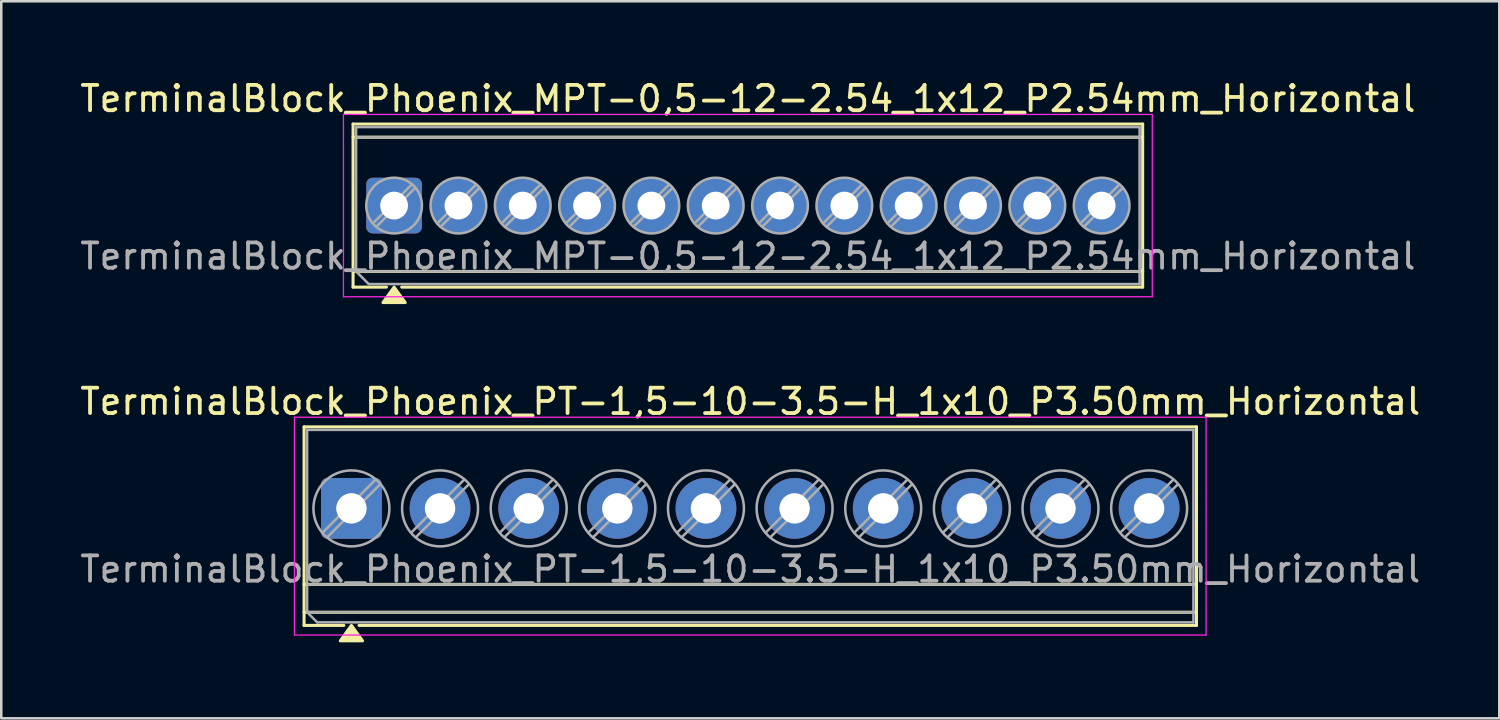
<source format=kicad_pcb>
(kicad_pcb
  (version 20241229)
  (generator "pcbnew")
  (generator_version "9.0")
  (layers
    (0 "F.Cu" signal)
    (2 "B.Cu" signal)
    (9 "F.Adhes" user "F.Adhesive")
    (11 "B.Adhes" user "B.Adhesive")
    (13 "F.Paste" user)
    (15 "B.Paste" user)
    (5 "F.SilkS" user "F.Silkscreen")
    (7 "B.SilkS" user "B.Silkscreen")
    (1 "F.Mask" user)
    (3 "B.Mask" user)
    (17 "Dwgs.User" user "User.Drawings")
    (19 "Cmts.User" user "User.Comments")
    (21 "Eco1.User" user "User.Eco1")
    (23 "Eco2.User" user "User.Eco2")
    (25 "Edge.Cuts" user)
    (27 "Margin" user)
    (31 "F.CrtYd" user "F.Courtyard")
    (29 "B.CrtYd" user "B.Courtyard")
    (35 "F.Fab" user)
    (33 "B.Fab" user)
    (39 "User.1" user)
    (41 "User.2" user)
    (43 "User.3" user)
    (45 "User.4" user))
  (footprint "TerminalBlock_Phoenix_PT-1,5-10-3.5-H_1x10_P3.50mm_Horizontal"
    (layer "F.Cu")
    (at 10.827 17.026)
    (property "Reference" "TerminalBlock_Phoenix_PT-1,5-10-3.5-H_1x10_P3.50mm_Horizontal" (at 15.75 -4.22 0) (layer "F.SilkS") (effects (font (size 1 1) (thickness 0.15))))
    (attr through_hole)
    (fp_line (start -1.87 -3.22) (end -1.87 4.62) (stroke (width 0.12) (type solid)) (layer "F.SilkS"))
    (fp_line (start -1.87 -3.22) (end 33.37 -3.22) (stroke (width 0.12) (type solid)) (layer "F.SilkS"))
    (fp_line (start -1.87 3) (end 33.37 3) (stroke (width 0.12) (type solid)) (layer "F.SilkS"))
    (fp_line (start -1.87 4.1) (end 33.37 4.1) (stroke (width 0.12) (type solid)) (layer "F.SilkS"))
    (fp_line (start -1.87 4.62) (end -0.3 4.62) (stroke (width 0.12) (type solid)) (layer "F.SilkS"))
    (fp_line (start 0.3 4.62) (end 33.37 4.62) (stroke (width 0.12) (type solid)) (layer "F.SilkS"))
    (fp_line (start 33.37 -3.22) (end 33.37 4.62) (stroke (width 0.12) (type solid)) (layer "F.SilkS"))
    (fp_poly (pts (xy 0 4.62) (xy 0.44 5.23) (xy -0.44 5.23)) (stroke (width 0.12) (type solid)) (fill yes) (layer "F.SilkS"))
    (fp_line (start -2.25 -3.6) (end -2.25 5) (stroke (width 0.05) (type solid)) (layer "F.CrtYd"))
    (fp_line (start -2.25 5) (end 33.75 5) (stroke (width 0.05) (type solid)) (layer "F.CrtYd"))
    (fp_line (start 33.75 -3.6) (end -2.25 -3.6) (stroke (width 0.05) (type solid)) (layer "F.CrtYd"))
    (fp_line (start 33.75 5) (end 33.75 -3.6) (stroke (width 0.05) (type solid)) (layer "F.CrtYd"))
    (fp_line (start -1.75 -3.1) (end 33.25 -3.1) (stroke (width 0.1) (type solid)) (layer "F.Fab"))
    (fp_line (start -1.75 3) (end 33.25 3) (stroke (width 0.1) (type solid)) (layer "F.Fab"))
    (fp_line (start -1.75 4.1) (end -1.75 -3.1) (stroke (width 0.1) (type solid)) (layer "F.Fab"))
    (fp_line (start -1.75 4.1) (end 33.25 4.1) (stroke (width 0.1) (type solid)) (layer "F.Fab"))
    (fp_line (start -1.35 4.5) (end -1.75 4.1) (stroke (width 0.1) (type solid)) (layer "F.Fab"))
    (fp_line (start 0.955 -1.138) (end -1.138 0.955) (stroke (width 0.1) (type solid)) (layer "F.Fab"))
    (fp_line (start 1.138 -0.955) (end -0.955 1.138) (stroke (width 0.1) (type solid)) (layer "F.Fab"))
    (fp_line (start 4.455 -1.138) (end 2.362 0.955) (stroke (width 0.1) (type solid)) (layer "F.Fab"))
    (fp_line (start 4.638 -0.955) (end 2.545 1.138) (stroke (width 0.1) (type solid)) (layer "F.Fab"))
    (fp_line (start 7.955 -1.138) (end 5.862 0.955) (stroke (width 0.1) (type solid)) (layer "F.Fab"))
    (fp_line (start 8.138 -0.955) (end 6.045 1.138) (stroke (width 0.1) (type solid)) (layer "F.Fab"))
    (fp_line (start 11.455 -1.138) (end 9.362 0.955) (stroke (width 0.1) (type solid)) (layer "F.Fab"))
    (fp_line (start 11.638 -0.955) (end 9.545 1.138) (stroke (width 0.1) (type solid)) (layer "F.Fab"))
    (fp_line (start 14.955 -1.138) (end 12.862 0.955) (stroke (width 0.1) (type solid)) (layer "F.Fab"))
    (fp_line (start 15.138 -0.955) (end 13.045 1.138) (stroke (width 0.1) (type solid)) (layer "F.Fab"))
    (fp_line (start 18.455 -1.138) (end 16.362 0.955) (stroke (width 0.1) (type solid)) (layer "F.Fab"))
    (fp_line (start 18.638 -0.955) (end 16.545 1.138) (stroke (width 0.1) (type solid)) (layer "F.Fab"))
    (fp_line (start 21.955 -1.138) (end 19.862 0.955) (stroke (width 0.1) (type solid)) (layer "F.Fab"))
    (fp_line (start 22.138 -0.955) (end 20.045 1.138) (stroke (width 0.1) (type solid)) (layer "F.Fab"))
    (fp_line (start 25.455 -1.138) (end 23.362 0.955) (stroke (width 0.1) (type solid)) (layer "F.Fab"))
    (fp_line (start 25.638 -0.955) (end 23.545 1.138) (stroke (width 0.1) (type solid)) (layer "F.Fab"))
    (fp_line (start 28.955 -1.138) (end 26.862 0.955) (stroke (width 0.1) (type solid)) (layer "F.Fab"))
    (fp_line (start 29.138 -0.955) (end 27.045 1.138) (stroke (width 0.1) (type solid)) (layer "F.Fab"))
    (fp_line (start 32.455 -1.138) (end 30.362 0.955) (stroke (width 0.1) (type solid)) (layer "F.Fab"))
    (fp_line (start 32.638 -0.955) (end 30.545 1.138) (stroke (width 0.1) (type solid)) (layer "F.Fab"))
    (fp_line (start 33.25 -3.1) (end 33.25 4.5) (stroke (width 0.1) (type solid)) (layer "F.Fab"))
    (fp_line (start 33.25 4.5) (end -1.35 4.5) (stroke (width 0.1) (type solid)) (layer "F.Fab"))
    (fp_circle (center 0 0) (end 1.5 0) (stroke (width 0.1) (type solid)) (fill no) (layer "F.Fab"))
    (fp_circle (center 3.5 0) (end 5 0) (stroke (width 0.1) (type solid)) (fill no) (layer "F.Fab"))
    (fp_circle (center 7 0) (end 8.5 0) (stroke (width 0.1) (type solid)) (fill no) (layer "F.Fab"))
    (fp_circle (center 10.5 0) (end 12 0) (stroke (width 0.1) (type solid)) (fill no) (layer "F.Fab"))
    (fp_circle (center 14 0) (end 15.5 0) (stroke (width 0.1) (type solid)) (fill no) (layer "F.Fab"))
    (fp_circle (center 17.5 0) (end 19 0) (stroke (width 0.1) (type solid)) (fill no) (layer "F.Fab"))
    (fp_circle (center 21 0) (end 22.5 0) (stroke (width 0.1) (type solid)) (fill no) (layer "F.Fab"))
    (fp_circle (center 24.5 0) (end 26 0) (stroke (width 0.1) (type solid)) (fill no) (layer "F.Fab"))
    (fp_circle (center 28 0) (end 29.5 0) (stroke (width 0.1) (type solid)) (fill no) (layer "F.Fab"))
    (fp_circle (center 31.5 0) (end 33 0) (stroke (width 0.1) (type solid)) (fill no) (layer "F.Fab"))
    (fp_text user "${REFERENCE}" (at 15.75 2.4 0) (layer "F.Fab") (effects (font (size 1 1) (thickness 0.15))))
    (pad "1" thru_hole roundrect (at 0 0) (size 2.4 2.4) (drill 1.2) (layers "*.Cu" "*.Mask") (roundrect_rratio 0.104))
    (pad "2" thru_hole circle (at 3.5 0) (size 2.4 2.4) (drill 1.2) (layers "*.Cu" "*.Mask"))
    (pad "3" thru_hole circle (at 7 0) (size 2.4 2.4) (drill 1.2) (layers "*.Cu" "*.Mask"))
    (pad "4" thru_hole circle (at 10.5 0) (size 2.4 2.4) (drill 1.2) (layers "*.Cu" "*.Mask"))
    (pad "5" thru_hole circle (at 14 0) (size 2.4 2.4) (drill 1.2) (layers "*.Cu" "*.Mask"))
    (pad "6" thru_hole circle (at 17.5 0) (size 2.4 2.4) (drill 1.2) (layers "*.Cu" "*.Mask"))
    (pad "7" thru_hole circle (at 21 0) (size 2.4 2.4) (drill 1.2) (layers "*.Cu" "*.Mask"))
    (pad "8" thru_hole circle (at 24.5 0) (size 2.4 2.4) (drill 1.2) (layers "*.Cu" "*.Mask"))
    (pad "9" thru_hole circle (at 28 0) (size 2.4 2.4) (drill 1.2) (layers "*.Cu" "*.Mask"))
    (pad "10" thru_hole circle (at 31.5 0) (size 2.4 2.4) (drill 1.2) (layers "*.Cu" "*.Mask")))
  (footprint "TerminalBlock_Phoenix_MPT-0,5-12-2.54_1x12_P2.54mm_Horizontal"
    (layer "F.Cu")
    (at 12.512 5.068)
    (property "Reference" "TerminalBlock_Phoenix_MPT-0,5-12-2.54_1x12_P2.54mm_Horizontal" (at 13.97 -4.22 0) (layer "F.SilkS") (effects (font (size 1 1) (thickness 0.15))))
    (attr through_hole)
    (fp_line (start -1.62 -3.22) (end -1.62 3.22) (stroke (width 0.12) (type solid)) (layer "F.SilkS"))
    (fp_line (start -1.62 -3.22) (end 29.56 -3.22) (stroke (width 0.12) (type solid)) (layer "F.SilkS"))
    (fp_line (start -1.62 -2.7) (end 29.56 -2.7) (stroke (width 0.12) (type solid)) (layer "F.SilkS"))
    (fp_line (start -1.62 2.6) (end 29.56 2.6) (stroke (width 0.12) (type solid)) (layer "F.SilkS"))
    (fp_line (start -1.62 3.22) (end -0.3 3.22) (stroke (width 0.12) (type solid)) (layer "F.SilkS"))
    (fp_line (start 0.3 3.22) (end 29.56 3.22) (stroke (width 0.12) (type solid)) (layer "F.SilkS"))
    (fp_line (start 29.56 -3.22) (end 29.56 3.22) (stroke (width 0.12) (type solid)) (layer "F.SilkS"))
    (fp_poly (pts (xy 0 3.22) (xy 0.44 3.83) (xy -0.44 3.83)) (stroke (width 0.12) (type solid)) (fill yes) (layer "F.SilkS"))
    (fp_line (start -2 -3.6) (end -2 3.6) (stroke (width 0.05) (type solid)) (layer "F.CrtYd"))
    (fp_line (start -2 3.6) (end 29.94 3.6) (stroke (width 0.05) (type solid)) (layer "F.CrtYd"))
    (fp_line (start 29.94 -3.6) (end -2 -3.6) (stroke (width 0.05) (type solid)) (layer "F.CrtYd"))
    (fp_line (start 29.94 3.6) (end 29.94 -3.6) (stroke (width 0.05) (type solid)) (layer "F.CrtYd"))
    (fp_line (start -1.5 -3.1) (end 29.44 -3.1) (stroke (width 0.1) (type solid)) (layer "F.Fab"))
    (fp_line (start -1.5 -2.7) (end 29.44 -2.7) (stroke (width 0.1) (type solid)) (layer "F.Fab"))
    (fp_line (start -1.5 2.6) (end -1.5 -3.1) (stroke (width 0.1) (type solid)) (layer "F.Fab"))
    (fp_line (start -1.5 2.6) (end 29.44 2.6) (stroke (width 0.1) (type solid)) (layer "F.Fab"))
    (fp_line (start -1 3.1) (end -1.5 2.6) (stroke (width 0.1) (type solid)) (layer "F.Fab"))
    (fp_line (start 0.7 -0.834) (end -0.834 0.7) (stroke (width 0.1) (type solid)) (layer "F.Fab"))
    (fp_line (start 0.834 -0.7) (end -0.7 0.834) (stroke (width 0.1) (type solid)) (layer "F.Fab"))
    (fp_line (start 3.24 -0.834) (end 1.706 0.7) (stroke (width 0.1) (type solid)) (layer "F.Fab"))
    (fp_line (start 3.374 -0.7) (end 1.84 0.834) (stroke (width 0.1) (type solid)) (layer "F.Fab"))
    (fp_line (start 5.78 -0.834) (end 4.246 0.7) (stroke (width 0.1) (type solid)) (layer "F.Fab"))
    (fp_line (start 5.914 -0.7) (end 4.38 0.834) (stroke (width 0.1) (type solid)) (layer "F.Fab"))
    (fp_line (start 8.32 -0.834) (end 6.786 0.7) (stroke (width 0.1) (type solid)) (layer "F.Fab"))
    (fp_line (start 8.454 -0.7) (end 6.92 0.834) (stroke (width 0.1) (type solid)) (layer "F.Fab"))
    (fp_line (start 10.86 -0.834) (end 9.326 0.7) (stroke (width 0.1) (type solid)) (layer "F.Fab"))
    (fp_line (start 10.994 -0.7) (end 9.46 0.834) (stroke (width 0.1) (type solid)) (layer "F.Fab"))
    (fp_line (start 13.4 -0.834) (end 11.866 0.7) (stroke (width 0.1) (type solid)) (layer "F.Fab"))
    (fp_line (start 13.534 -0.7) (end 12 0.834) (stroke (width 0.1) (type solid)) (layer "F.Fab"))
    (fp_line (start 15.94 -0.834) (end 14.406 0.7) (stroke (width 0.1) (type solid)) (layer "F.Fab"))
    (fp_line (start 16.074 -0.7) (end 14.54 0.834) (stroke (width 0.1) (type solid)) (layer "F.Fab"))
    (fp_line (start 18.48 -0.834) (end 16.946 0.7) (stroke (width 0.1) (type solid)) (layer "F.Fab"))
    (fp_line (start 18.614 -0.7) (end 17.08 0.834) (stroke (width 0.1) (type solid)) (layer "F.Fab"))
    (fp_line (start 21.02 -0.834) (end 19.486 0.7) (stroke (width 0.1) (type solid)) (layer "F.Fab"))
    (fp_line (start 21.154 -0.7) (end 19.62 0.834) (stroke (width 0.1) (type solid)) (layer "F.Fab"))
    (fp_line (start 23.56 -0.834) (end 22.026 0.7) (stroke (width 0.1) (type solid)) (layer "F.Fab"))
    (fp_line (start 23.694 -0.7) (end 22.16 0.834) (stroke (width 0.1) (type solid)) (layer "F.Fab"))
    (fp_line (start 26.1 -0.834) (end 24.566 0.7) (stroke (width 0.1) (type solid)) (layer "F.Fab"))
    (fp_line (start 26.234 -0.7) (end 24.7 0.834) (stroke (width 0.1) (type solid)) (layer "F.Fab"))
    (fp_line (start 28.64 -0.834) (end 27.106 0.7) (stroke (width 0.1) (type solid)) (layer "F.Fab"))
    (fp_line (start 28.774 -0.7) (end 27.24 0.834) (stroke (width 0.1) (type solid)) (layer "F.Fab"))
    (fp_line (start 29.44 -3.1) (end 29.44 3.1) (stroke (width 0.1) (type solid)) (layer "F.Fab"))
    (fp_line (start 29.44 3.1) (end -1 3.1) (stroke (width 0.1) (type solid)) (layer "F.Fab"))
    (fp_circle (center 0 0) (end 1.1 0) (stroke (width 0.1) (type solid)) (fill no) (layer "F.Fab"))
    (fp_circle (center 2.54 0) (end 3.64 0) (stroke (width 0.1) (type solid)) (fill no) (layer "F.Fab"))
    (fp_circle (center 5.08 0) (end 6.18 0) (stroke (width 0.1) (type solid)) (fill no) (layer "F.Fab"))
    (fp_circle (center 7.62 0) (end 8.72 0) (stroke (width 0.1) (type solid)) (fill no) (layer "F.Fab"))
    (fp_circle (center 10.16 0) (end 11.26 0) (stroke (width 0.1) (type solid)) (fill no) (layer "F.Fab"))
    (fp_circle (center 12.7 0) (end 13.8 0) (stroke (width 0.1) (type solid)) (fill no) (layer "F.Fab"))
    (fp_circle (center 15.24 0) (end 16.34 0) (stroke (width 0.1) (type solid)) (fill no) (layer "F.Fab"))
    (fp_circle (center 17.78 0) (end 18.88 0) (stroke (width 0.1) (type solid)) (fill no) (layer "F.Fab"))
    (fp_circle (center 20.32 0) (end 21.42 0) (stroke (width 0.1) (type solid)) (fill no) (layer "F.Fab"))
    (fp_circle (center 22.86 0) (end 23.96 0) (stroke (width 0.1) (type solid)) (fill no) (layer "F.Fab"))
    (fp_circle (center 25.4 0) (end 26.5 0) (stroke (width 0.1) (type solid)) (fill no) (layer "F.Fab"))
    (fp_circle (center 27.94 0) (end 29.04 0) (stroke (width 0.1) (type solid)) (fill no) (layer "F.Fab"))
    (fp_text user "${REFERENCE}" (at 13.97 2 0) (layer "F.Fab") (effects (font (size 1 1) (thickness 0.15))))
    (pad "1" thru_hole roundrect (at 0 0) (size 2.2 2.2) (drill 1.1) (layers "*.Cu" "*.Mask") (roundrect_rratio 0.114))
    (pad "2" thru_hole circle (at 2.54 0) (size 2.2 2.2) (drill 1.1) (layers "*.Cu" "*.Mask"))
    (pad "3" thru_hole circle (at 5.08 0) (size 2.2 2.2) (drill 1.1) (layers "*.Cu" "*.Mask"))
    (pad "4" thru_hole circle (at 7.62 0) (size 2.2 2.2) (drill 1.1) (layers "*.Cu" "*.Mask"))
    (pad "5" thru_hole circle (at 10.16 0) (size 2.2 2.2) (drill 1.1) (layers "*.Cu" "*.Mask"))
    (pad "6" thru_hole circle (at 12.7 0) (size 2.2 2.2) (drill 1.1) (layers "*.Cu" "*.Mask"))
    (pad "7" thru_hole circle (at 15.24 0) (size 2.2 2.2) (drill 1.1) (layers "*.Cu" "*.Mask"))
    (pad "8" thru_hole circle (at 17.78 0) (size 2.2 2.2) (drill 1.1) (layers "*.Cu" "*.Mask"))
    (pad "9" thru_hole circle (at 20.32 0) (size 2.2 2.2) (drill 1.1) (layers "*.Cu" "*.Mask"))
    (pad "10" thru_hole circle (at 22.86 0) (size 2.2 2.2) (drill 1.1) (layers "*.Cu" "*.Mask"))
    (pad "11" thru_hole circle (at 25.4 0) (size 2.2 2.2) (drill 1.1) (layers "*.Cu" "*.Mask"))
    (pad "12" thru_hole circle (at 27.94 0) (size 2.2 2.2) (drill 1.1) (layers "*.Cu" "*.Mask")))
  (gr_rect
    (start -3 -3)
    (end 56.155 25.317)
    (stroke (width 0.1) (type default))
    (fill no)
    (layer "Edge.Cuts")))
</source>
